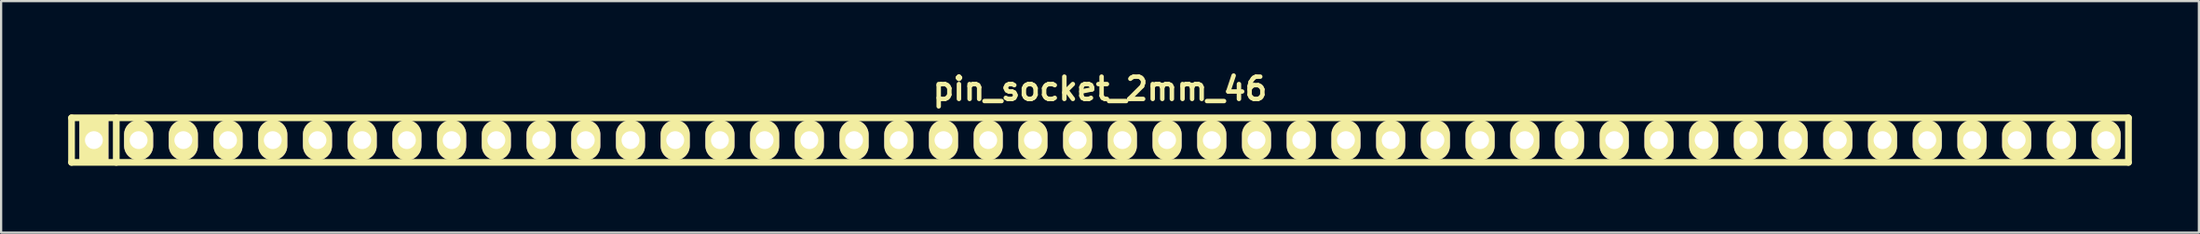
<source format=kicad_pcb>
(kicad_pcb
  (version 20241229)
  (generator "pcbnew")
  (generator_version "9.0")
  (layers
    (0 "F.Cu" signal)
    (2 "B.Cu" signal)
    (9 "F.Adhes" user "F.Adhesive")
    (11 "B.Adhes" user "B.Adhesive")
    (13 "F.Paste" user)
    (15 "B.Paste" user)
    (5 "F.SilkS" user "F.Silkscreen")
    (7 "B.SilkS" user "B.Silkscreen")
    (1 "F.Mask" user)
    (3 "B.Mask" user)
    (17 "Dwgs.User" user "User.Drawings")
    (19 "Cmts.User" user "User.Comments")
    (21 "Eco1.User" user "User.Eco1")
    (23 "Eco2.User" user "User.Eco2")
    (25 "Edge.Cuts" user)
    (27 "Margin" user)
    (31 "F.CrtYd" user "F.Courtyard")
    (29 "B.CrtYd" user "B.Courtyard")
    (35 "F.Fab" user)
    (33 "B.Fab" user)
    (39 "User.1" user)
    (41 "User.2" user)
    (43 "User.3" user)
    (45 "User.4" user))
  (footprint "pin_socket_2mm_46"
    (layer "F.Cu")
    (at 46.15 3.236)
    (property "Reference" "pin_socket_2mm_46" (at 0 -2.3 0) (layer "F.SilkS") (effects (font (size 1 1) (thickness 0.2))))
    (attr through_hole)
    (fp_line (start -46 -1) (end 46 -1) (stroke (width 0.3) (type solid)) (layer "F.SilkS"))
    (fp_line (start -46 1) (end -46 -1) (stroke (width 0.3) (type solid)) (layer "F.SilkS"))
    (fp_line (start -44 -1) (end -44 1) (stroke (width 0.3) (type solid)) (layer "F.SilkS"))
    (fp_line (start 46 -1) (end 46 1) (stroke (width 0.3) (type solid)) (layer "F.SilkS"))
    (fp_line (start 46 1) (end -46 1) (stroke (width 0.3) (type solid)) (layer "F.SilkS"))
    (pad "1" thru_hole rect (at -45 0) (size 1.3 1.8) (drill 0.8) (layers "*.Cu" "*.Mask" "F.SilkS"))
    (pad "2" thru_hole oval (at -43 0) (size 1.3 1.8) (drill 0.8) (layers "*.Cu" "*.Mask" "F.SilkS"))
    (pad "3" thru_hole oval (at -41 0) (size 1.3 1.8) (drill 0.8) (layers "*.Cu" "*.Mask" "F.SilkS"))
    (pad "4" thru_hole oval (at -39 0) (size 1.3 1.8) (drill 0.8) (layers "*.Cu" "*.Mask" "F.SilkS"))
    (pad "5" thru_hole oval (at -37 0) (size 1.3 1.8) (drill 0.8) (layers "*.Cu" "*.Mask" "F.SilkS"))
    (pad "6" thru_hole oval (at -35 0) (size 1.3 1.8) (drill 0.8) (layers "*.Cu" "*.Mask" "F.SilkS"))
    (pad "7" thru_hole oval (at -33 0) (size 1.3 1.8) (drill 0.8) (layers "*.Cu" "*.Mask" "F.SilkS"))
    (pad "8" thru_hole oval (at -31 0) (size 1.3 1.8) (drill 0.8) (layers "*.Cu" "*.Mask" "F.SilkS"))
    (pad "9" thru_hole oval (at -29 0) (size 1.3 1.8) (drill 0.8) (layers "*.Cu" "*.Mask" "F.SilkS"))
    (pad "10" thru_hole oval (at -27 0) (size 1.3 1.8) (drill 0.8) (layers "*.Cu" "*.Mask" "F.SilkS"))
    (pad "11" thru_hole oval (at -25 0) (size 1.3 1.8) (drill 0.8) (layers "*.Cu" "*.Mask" "F.SilkS"))
    (pad "12" thru_hole oval (at -23 0) (size 1.3 1.8) (drill 0.8) (layers "*.Cu" "*.Mask" "F.SilkS"))
    (pad "13" thru_hole oval (at -21 0) (size 1.3 1.8) (drill 0.8) (layers "*.Cu" "*.Mask" "F.SilkS"))
    (pad "14" thru_hole oval (at -19 0) (size 1.3 1.8) (drill 0.8) (layers "*.Cu" "*.Mask" "F.SilkS"))
    (pad "15" thru_hole oval (at -17 0) (size 1.3 1.8) (drill 0.8) (layers "*.Cu" "*.Mask" "F.SilkS"))
    (pad "16" thru_hole oval (at -15 0) (size 1.3 1.8) (drill 0.8) (layers "*.Cu" "*.Mask" "F.SilkS"))
    (pad "17" thru_hole oval (at -13 0) (size 1.3 1.8) (drill 0.8) (layers "*.Cu" "*.Mask" "F.SilkS"))
    (pad "18" thru_hole oval (at -11 0) (size 1.3 1.8) (drill 0.8) (layers "*.Cu" "*.Mask" "F.SilkS"))
    (pad "19" thru_hole oval (at -9 0) (size 1.3 1.8) (drill 0.8) (layers "*.Cu" "*.Mask" "F.SilkS"))
    (pad "20" thru_hole oval (at -7 0) (size 1.3 1.8) (drill 0.8) (layers "*.Cu" "*.Mask" "F.SilkS"))
    (pad "21" thru_hole oval (at -5 0) (size 1.3 1.8) (drill 0.8) (layers "*.Cu" "*.Mask" "F.SilkS"))
    (pad "22" thru_hole oval (at -3 0) (size 1.3 1.8) (drill 0.8) (layers "*.Cu" "*.Mask" "F.SilkS"))
    (pad "23" thru_hole oval (at -1 0) (size 1.3 1.8) (drill 0.8) (layers "*.Cu" "*.Mask" "F.SilkS"))
    (pad "24" thru_hole oval (at 1 0) (size 1.3 1.8) (drill 0.8) (layers "*.Cu" "*.Mask" "F.SilkS"))
    (pad "25" thru_hole oval (at 3 0) (size 1.3 1.8) (drill 0.8) (layers "*.Cu" "*.Mask" "F.SilkS"))
    (pad "26" thru_hole oval (at 5 0) (size 1.3 1.8) (drill 0.8) (layers "*.Cu" "*.Mask" "F.SilkS"))
    (pad "27" thru_hole oval (at 7 0) (size 1.3 1.8) (drill 0.8) (layers "*.Cu" "*.Mask" "F.SilkS"))
    (pad "28" thru_hole oval (at 9 0) (size 1.3 1.8) (drill 0.8) (layers "*.Cu" "*.Mask" "F.SilkS"))
    (pad "29" thru_hole oval (at 11 0) (size 1.3 1.8) (drill 0.8) (layers "*.Cu" "*.Mask" "F.SilkS"))
    (pad "30" thru_hole oval (at 13 0) (size 1.3 1.8) (drill 0.8) (layers "*.Cu" "*.Mask" "F.SilkS"))
    (pad "31" thru_hole oval (at 15 0) (size 1.3 1.8) (drill 0.8) (layers "*.Cu" "*.Mask" "F.SilkS"))
    (pad "32" thru_hole oval (at 17 0) (size 1.3 1.8) (drill 0.8) (layers "*.Cu" "*.Mask" "F.SilkS"))
    (pad "33" thru_hole oval (at 19 0) (size 1.3 1.8) (drill 0.8) (layers "*.Cu" "*.Mask" "F.SilkS"))
    (pad "34" thru_hole oval (at 21 0) (size 1.3 1.8) (drill 0.8) (layers "*.Cu" "*.Mask" "F.SilkS"))
    (pad "35" thru_hole oval (at 23 0) (size 1.3 1.8) (drill 0.8) (layers "*.Cu" "*.Mask" "F.SilkS"))
    (pad "36" thru_hole oval (at 25 0) (size 1.3 1.8) (drill 0.8) (layers "*.Cu" "*.Mask" "F.SilkS"))
    (pad "37" thru_hole oval (at 27 0) (size 1.3 1.8) (drill 0.8) (layers "*.Cu" "*.Mask" "F.SilkS"))
    (pad "38" thru_hole oval (at 29 0) (size 1.3 1.8) (drill 0.8) (layers "*.Cu" "*.Mask" "F.SilkS"))
    (pad "39" thru_hole oval (at 31 0) (size 1.3 1.8) (drill 0.8) (layers "*.Cu" "*.Mask" "F.SilkS"))
    (pad "40" thru_hole oval (at 33 0) (size 1.3 1.8) (drill 0.8) (layers "*.Cu" "*.Mask" "F.SilkS"))
    (pad "41" thru_hole oval (at 35 0) (size 1.3 1.8) (drill 0.8) (layers "*.Cu" "*.Mask" "F.SilkS"))
    (pad "42" thru_hole oval (at 37 0) (size 1.3 1.8) (drill 0.8) (layers "*.Cu" "*.Mask" "F.SilkS"))
    (pad "43" thru_hole oval (at 39 0) (size 1.3 1.8) (drill 0.8) (layers "*.Cu" "*.Mask" "F.SilkS"))
    (pad "44" thru_hole oval (at 41 0) (size 1.3 1.8) (drill 0.8) (layers "*.Cu" "*.Mask" "F.SilkS"))
    (pad "45" thru_hole oval (at 43 0) (size 1.3 1.8) (drill 0.8) (layers "*.Cu" "*.Mask" "F.SilkS"))
    (pad "46" thru_hole oval (at 45 0) (size 1.3 1.8) (drill 0.8) (layers "*.Cu" "*.Mask" "F.SilkS")))
  (gr_rect
    (start -3 -3)
    (end 95.3 7.386)
    (stroke (width 0.1) (type default))
    (fill no)
    (layer "Edge.Cuts")))
</source>
